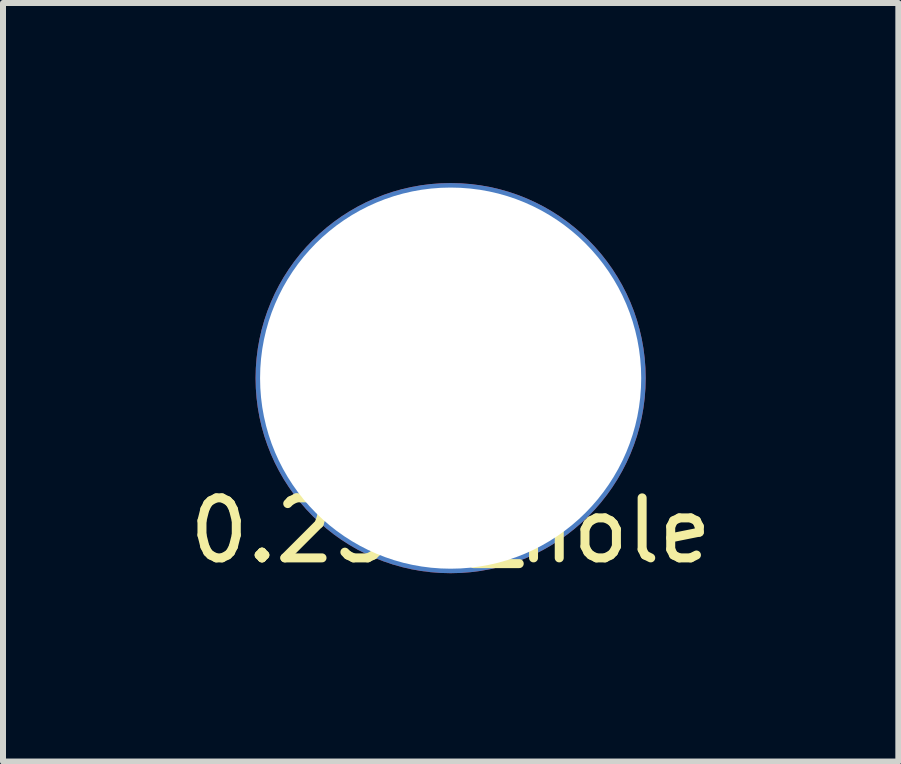
<source format=kicad_pcb>
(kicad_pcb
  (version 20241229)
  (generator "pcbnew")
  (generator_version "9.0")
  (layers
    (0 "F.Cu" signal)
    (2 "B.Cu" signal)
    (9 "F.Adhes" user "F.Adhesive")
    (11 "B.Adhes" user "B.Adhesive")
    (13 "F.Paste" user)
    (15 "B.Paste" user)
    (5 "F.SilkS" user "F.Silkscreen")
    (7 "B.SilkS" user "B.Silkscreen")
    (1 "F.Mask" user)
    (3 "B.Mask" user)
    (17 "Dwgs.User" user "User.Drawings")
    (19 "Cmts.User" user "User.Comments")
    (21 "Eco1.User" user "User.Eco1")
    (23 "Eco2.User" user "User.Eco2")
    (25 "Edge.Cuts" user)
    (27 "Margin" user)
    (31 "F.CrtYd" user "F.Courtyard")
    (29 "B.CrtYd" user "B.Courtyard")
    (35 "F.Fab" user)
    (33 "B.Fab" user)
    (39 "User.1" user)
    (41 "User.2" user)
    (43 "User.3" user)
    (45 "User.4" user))
  (footprint "0.25in_hole"
    (layer "F.Cu")
    (at 4.458 3.25)
    (property "Reference" "0.25in_hole" (at 0 2.54 0) (layer "F.SilkS") (effects (font (size 1 1) (thickness 0.15))))
    (attr through_hole)
    (pad "~" thru_hole circle (at 0 0) (size 6.5 6.5) (drill 6.35) (layers "*.Cu")))
  (gr_rect
    (start -3 -3)
    (end 11.917 9.638)
    (stroke (width 0.1) (type default))
    (fill no)
    (layer "Edge.Cuts")))
</source>
